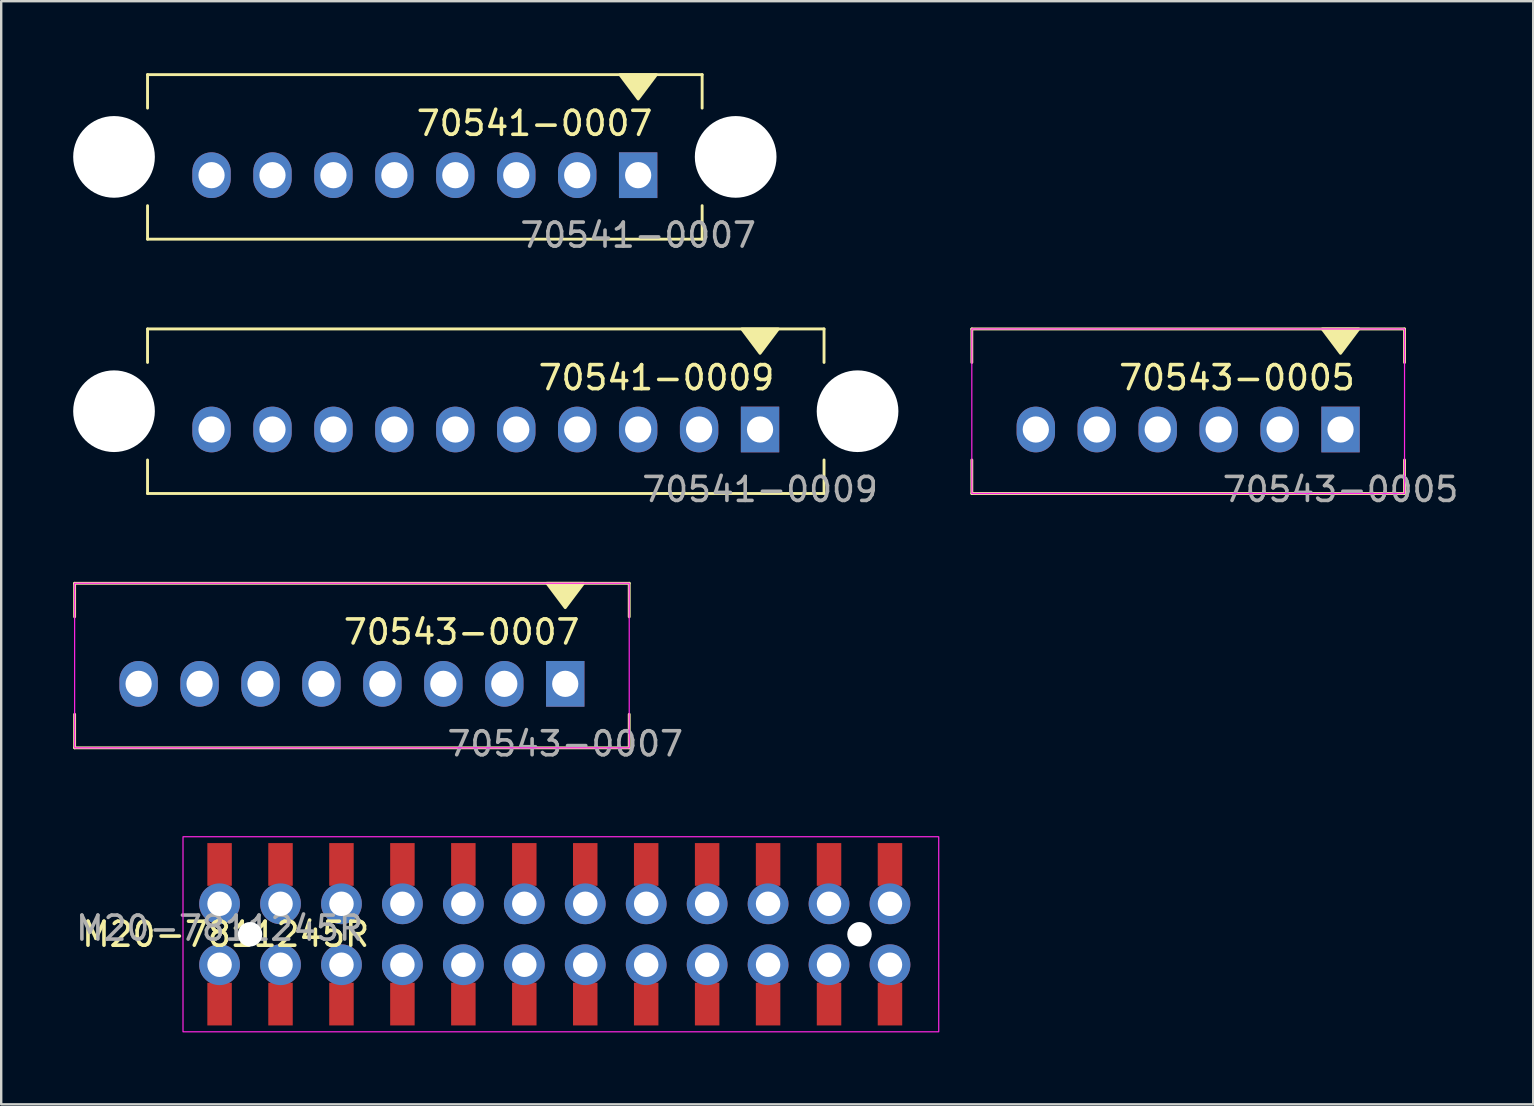
<source format=kicad_pcb>
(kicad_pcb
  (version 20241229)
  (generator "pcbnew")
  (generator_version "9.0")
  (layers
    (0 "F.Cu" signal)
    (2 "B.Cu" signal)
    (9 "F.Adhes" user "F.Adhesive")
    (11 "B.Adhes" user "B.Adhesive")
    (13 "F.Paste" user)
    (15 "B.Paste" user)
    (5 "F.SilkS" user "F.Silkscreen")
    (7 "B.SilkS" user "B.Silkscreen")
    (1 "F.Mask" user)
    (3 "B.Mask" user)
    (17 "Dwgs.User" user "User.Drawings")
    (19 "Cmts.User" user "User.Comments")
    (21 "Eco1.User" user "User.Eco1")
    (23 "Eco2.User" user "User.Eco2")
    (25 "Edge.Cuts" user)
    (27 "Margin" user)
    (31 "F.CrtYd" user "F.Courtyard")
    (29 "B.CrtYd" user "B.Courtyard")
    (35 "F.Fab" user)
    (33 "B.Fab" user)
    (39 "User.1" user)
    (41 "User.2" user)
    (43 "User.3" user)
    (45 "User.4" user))
  (footprint "70543-0005"
    (layer "F.Cu")
    (at 52.819 14.85)
    (property "Reference" "70543-0005" (at -4.318 -2.159 0) (unlocked yes) (layer "F.SilkS") (effects (font (size 1 1) (thickness 0.15))))
    (attr through_hole)
    (fp_line (start -15.367 -4.191) (end 2.667 -4.191) (stroke (width 0.12) (type solid)) (layer "F.SilkS"))
    (fp_line (start -15.367 -2.794) (end -15.367 -4.191) (stroke (width 0.12) (type solid)) (layer "F.SilkS"))
    (fp_line (start -15.367 2.667) (end -15.367 1.27) (stroke (width 0.12) (type solid)) (layer "F.SilkS"))
    (fp_line (start -15.367 2.667) (end 2.667 2.667) (stroke (width 0.12) (type solid)) (layer "F.SilkS"))
    (fp_line (start 2.667 -2.794) (end 2.667 -4.191) (stroke (width 0.12) (type solid)) (layer "F.SilkS"))
    (fp_line (start 2.667 2.667) (end 2.667 1.27) (stroke (width 0.12) (type solid)) (layer "F.SilkS"))
    (fp_poly (pts (xy 0 -3.175) (xy -0.762 -4.191) (xy 0.762 -4.191)) (stroke (width 0.12) (type solid)) (fill yes) (layer "F.SilkS"))
    (fp_rect (start -15.367 -4.191) (end 2.667 2.667) (stroke (width 0.05) (type solid)) (fill no) (layer "F.CrtYd"))
    (fp_text user "${REFERENCE}" (at 0 2.5 0) (unlocked yes) (layer "F.Fab") (effects (font (size 1 1) (thickness 0.15))))
    (pad "1" thru_hole rect (at 0 0) (size 1.6 1.905) (drill 1.092) (layers "*.Cu" "*.Mask"))
    (pad "2" thru_hole oval (at -2.54 0) (size 1.6 1.905) (drill 1.092) (layers "*.Cu" "*.Mask"))
    (pad "3" thru_hole oval (at -5.08 0) (size 1.6 1.905) (drill 1.092) (layers "*.Cu" "*.Mask"))
    (pad "4" thru_hole oval (at -7.62 0) (size 1.6 1.905) (drill 1.092) (layers "*.Cu" "*.Mask"))
    (pad "5" thru_hole oval (at -10.16 0) (size 1.6 1.905) (drill 1.092) (layers "*.Cu" "*.Mask"))
    (pad "6" thru_hole oval (at -12.7 0) (size 1.6 1.905) (drill 1.092) (layers "*.Cu" "*.Mask")))
  (footprint "70541-0007"
    (layer "F.Cu")
    (at 23.546 4.251)
    (property "Reference" "70541-0007" (at -4.318 -2.159 0) (unlocked yes) (layer "F.SilkS") (effects (font (size 1 1) (thickness 0.15))))
    (attr through_hole)
    (fp_line (start -20.447 -4.191) (end 2.667 -4.191) (stroke (width 0.12) (type solid)) (layer "F.SilkS"))
    (fp_line (start -20.447 -2.794) (end -20.447 -4.191) (stroke (width 0.12) (type solid)) (layer "F.SilkS"))
    (fp_line (start -20.447 2.667) (end -20.447 1.27) (stroke (width 0.12) (type solid)) (layer "F.SilkS"))
    (fp_line (start -20.447 2.667) (end 2.667 2.667) (stroke (width 0.12) (type solid)) (layer "F.SilkS"))
    (fp_line (start 2.667 -2.794) (end 2.667 -4.191) (stroke (width 0.12) (type solid)) (layer "F.SilkS"))
    (fp_line (start 2.667 2.667) (end 2.667 1.27) (stroke (width 0.12) (type solid)) (layer "F.SilkS"))
    (fp_poly (pts (xy 0 -3.175) (xy -0.762 -4.191) (xy 0.762 -4.191)) (stroke (width 0.12) (type solid)) (fill yes) (layer "F.SilkS"))
    (fp_text user "${REFERENCE}" (at 0 2.5 0) (unlocked yes) (layer "F.Fab") (effects (font (size 1 1) (thickness 0.15))))
    (pad "" np_thru_hole circle (at -21.844 -0.762) (size 3.404 3.404) (drill 3.404) (layers "*.Cu" "*.Mask"))
    (pad "" np_thru_hole circle (at 4.064 -0.762) (size 3.404 3.404) (drill 3.404) (layers "*.Cu" "*.Mask"))
    (pad "1" thru_hole rect (at 0 0) (size 1.6 1.905) (drill 1.092) (layers "*.Cu" "*.Mask"))
    (pad "2" thru_hole oval (at -2.54 0) (size 1.6 1.905) (drill 1.092) (layers "*.Cu" "*.Mask"))
    (pad "3" thru_hole oval (at -5.08 0) (size 1.6 1.905) (drill 1.092) (layers "*.Cu" "*.Mask"))
    (pad "4" thru_hole oval (at -7.62 0) (size 1.6 1.905) (drill 1.092) (layers "*.Cu" "*.Mask"))
    (pad "5" thru_hole oval (at -10.16 0) (size 1.6 1.905) (drill 1.092) (layers "*.Cu" "*.Mask"))
    (pad "6" thru_hole oval (at -12.7 0) (size 1.6 1.905) (drill 1.092) (layers "*.Cu" "*.Mask"))
    (pad "7" thru_hole oval (at -15.24 0) (size 1.6 1.905) (drill 1.092) (layers "*.Cu" "*.Mask"))
    (pad "8" thru_hole oval (at -17.78 0) (size 1.6 1.905) (drill 1.092) (layers "*.Cu" "*.Mask")))
  (footprint "70541-0009"
    (layer "F.Cu")
    (at 28.626 14.85)
    (property "Reference" "70541-0009" (at -4.318 -2.159 0) (unlocked yes) (layer "F.SilkS") (effects (font (size 1 1) (thickness 0.15))))
    (attr through_hole)
    (fp_line (start -25.527 -4.191) (end 2.667 -4.191) (stroke (width 0.12) (type solid)) (layer "F.SilkS"))
    (fp_line (start -25.527 -2.794) (end -25.527 -4.191) (stroke (width 0.12) (type solid)) (layer "F.SilkS"))
    (fp_line (start -25.527 2.667) (end -25.527 1.27) (stroke (width 0.12) (type solid)) (layer "F.SilkS"))
    (fp_line (start -25.527 2.667) (end 2.667 2.667) (stroke (width 0.12) (type solid)) (layer "F.SilkS"))
    (fp_line (start 2.667 -2.794) (end 2.667 -4.191) (stroke (width 0.12) (type solid)) (layer "F.SilkS"))
    (fp_line (start 2.667 2.667) (end 2.667 1.27) (stroke (width 0.12) (type solid)) (layer "F.SilkS"))
    (fp_poly (pts (xy 0 -3.175) (xy -0.762 -4.191) (xy 0.762 -4.191)) (stroke (width 0.12) (type solid)) (fill yes) (layer "F.SilkS"))
    (fp_text user "${REFERENCE}" (at 0 2.5 0) (unlocked yes) (layer "F.Fab") (effects (font (size 1 1) (thickness 0.15))))
    (pad "" np_thru_hole circle (at -26.924 -0.762) (size 3.404 3.404) (drill 3.404) (layers "*.Cu" "*.Mask"))
    (pad "" np_thru_hole circle (at 4.064 -0.762) (size 3.404 3.404) (drill 3.404) (layers "*.Cu" "*.Mask"))
    (pad "1" thru_hole rect (at 0 0) (size 1.6 1.905) (drill 1.092) (layers "*.Cu" "*.Mask"))
    (pad "2" thru_hole oval (at -2.54 0) (size 1.6 1.905) (drill 1.092) (layers "*.Cu" "*.Mask"))
    (pad "3" thru_hole oval (at -5.08 0) (size 1.6 1.905) (drill 1.092) (layers "*.Cu" "*.Mask"))
    (pad "4" thru_hole oval (at -7.62 0) (size 1.6 1.905) (drill 1.092) (layers "*.Cu" "*.Mask"))
    (pad "5" thru_hole oval (at -10.16 0) (size 1.6 1.905) (drill 1.092) (layers "*.Cu" "*.Mask"))
    (pad "6" thru_hole oval (at -12.7 0) (size 1.6 1.905) (drill 1.092) (layers "*.Cu" "*.Mask"))
    (pad "7" thru_hole oval (at -15.24 0) (size 1.6 1.905) (drill 1.092) (layers "*.Cu" "*.Mask"))
    (pad "8" thru_hole oval (at -17.78 0) (size 1.6 1.905) (drill 1.092) (layers "*.Cu" "*.Mask"))
    (pad "9" thru_hole oval (at -20.32 0) (size 1.6 1.905) (drill 1.092) (layers "*.Cu" "*.Mask"))
    (pad "10" thru_hole oval (at -22.86 0) (size 1.6 1.905) (drill 1.092) (layers "*.Cu" "*.Mask")))
  (footprint "70543-0007"
    (layer "F.Cu")
    (at 20.507 25.45)
    (property "Reference" "70543-0007" (at -4.318 -2.159 0) (unlocked yes) (layer "F.SilkS") (effects (font (size 1 1) (thickness 0.15))))
    (attr through_hole)
    (fp_line (start -20.447 -4.191) (end 2.667 -4.191) (stroke (width 0.12) (type solid)) (layer "F.SilkS"))
    (fp_line (start -20.447 -2.794) (end -20.447 -4.191) (stroke (width 0.12) (type solid)) (layer "F.SilkS"))
    (fp_line (start -20.447 2.667) (end -20.447 1.27) (stroke (width 0.12) (type solid)) (layer "F.SilkS"))
    (fp_line (start -20.447 2.667) (end 2.667 2.667) (stroke (width 0.12) (type solid)) (layer "F.SilkS"))
    (fp_line (start 2.667 -2.794) (end 2.667 -4.191) (stroke (width 0.12) (type solid)) (layer "F.SilkS"))
    (fp_line (start 2.667 2.667) (end 2.667 1.27) (stroke (width 0.12) (type solid)) (layer "F.SilkS"))
    (fp_poly (pts (xy 0 -3.175) (xy -0.762 -4.191) (xy 0.762 -4.191)) (stroke (width 0.12) (type solid)) (fill yes) (layer "F.SilkS"))
    (fp_rect (start -20.447 -4.191) (end 2.667 2.667) (stroke (width 0.05) (type solid)) (fill no) (layer "F.CrtYd"))
    (fp_text user "${REFERENCE}" (at 0 2.5 0) (unlocked yes) (layer "F.Fab") (effects (font (size 1 1) (thickness 0.15))))
    (pad "1" thru_hole rect (at 0 0) (size 1.6 1.905) (drill 1.092) (layers "*.Cu" "*.Mask"))
    (pad "2" thru_hole oval (at -2.54 0) (size 1.6 1.905) (drill 1.092) (layers "*.Cu" "*.Mask"))
    (pad "3" thru_hole oval (at -5.08 0) (size 1.6 1.905) (drill 1.092) (layers "*.Cu" "*.Mask"))
    (pad "4" thru_hole oval (at -7.62 0) (size 1.6 1.905) (drill 1.092) (layers "*.Cu" "*.Mask"))
    (pad "5" thru_hole oval (at -10.16 0) (size 1.6 1.905) (drill 1.092) (layers "*.Cu" "*.Mask"))
    (pad "6" thru_hole oval (at -12.7 0) (size 1.6 1.905) (drill 1.092) (layers "*.Cu" "*.Mask"))
    (pad "7" thru_hole oval (at -15.24 0) (size 1.6 1.905) (drill 1.092) (layers "*.Cu" "*.Mask"))
    (pad "8" thru_hole oval (at -17.78 0) (size 1.6 1.905) (drill 1.092) (layers "*.Cu" "*.Mask")))
  (footprint "M20-7811245R"
    (layer "F.Cu")
    (at 6.101 35.887)
    (property "Reference" "M20-7811245R" (at 0.254 0 0) (unlocked yes) (layer "F.SilkS") (effects (font (size 1 1) (thickness 0.15))))
    (attr smd)
    (fp_rect (start -1.524 -4.064) (end 29.972 4.064) (stroke (width 0.05) (type solid)) (fill no) (layer "F.CrtYd"))
    (fp_text user "${REFERENCE}" (at 0 -0.254 0) (unlocked yes) (layer "F.Fab") (effects (font (size 1 1) (thickness 0.15))))
    (pad "" np_thru_hole circle (at 1.27 0) (size 1.02 1.02) (drill 1.8) (layers "*.Cu" "*.Mask"))
    (pad "" np_thru_hole circle (at 26.67 0) (size 1.02 1.02) (drill 1.8) (layers "*.Cu" "*.Mask"))
    (pad "1" thru_hole circle (at 0 1.27) (size 1.7 1.7) (drill 1.02) (layers "*.Cu" "*.Mask"))
    (pad "1" smd rect (at 0 2.91) (size 1.02 1.78) (layers "F.Cu" "F.Mask" "F.Paste"))
    (pad "2" smd rect (at 0 -2.91) (size 1.02 1.78) (layers "F.Cu" "F.Mask" "F.Paste"))
    (pad "2" thru_hole circle (at 0 -1.27) (size 1.7 1.7) (drill 1.02) (layers "*.Cu" "*.Mask"))
    (pad "3" thru_hole circle (at 2.54 1.27) (size 1.7 1.7) (drill 1.02) (layers "*.Cu" "*.Mask"))
    (pad "3" smd rect (at 2.54 2.91) (size 1.02 1.78) (layers "F.Cu" "F.Mask" "F.Paste"))
    (pad "4" smd rect (at 2.54 -2.91) (size 1.02 1.78) (layers "F.Cu" "F.Mask" "F.Paste"))
    (pad "4" thru_hole circle (at 2.54 -1.27) (size 1.7 1.7) (drill 1.02) (layers "*.Cu" "*.Mask"))
    (pad "5" thru_hole circle (at 5.08 1.27) (size 1.7 1.7) (drill 1.02) (layers "*.Cu" "*.Mask"))
    (pad "5" smd rect (at 5.08 2.91) (size 1.02 1.78) (layers "F.Cu" "F.Mask" "F.Paste"))
    (pad "6" smd rect (at 5.08 -2.91) (size 1.02 1.78) (layers "F.Cu" "F.Mask" "F.Paste"))
    (pad "6" thru_hole circle (at 5.08 -1.27) (size 1.7 1.7) (drill 1.02) (layers "*.Cu" "*.Mask"))
    (pad "7" thru_hole circle (at 7.62 1.27) (size 1.7 1.7) (drill 1.02) (layers "*.Cu" "*.Mask"))
    (pad "7" smd rect (at 7.62 2.91) (size 1.02 1.78) (layers "F.Cu" "F.Mask" "F.Paste"))
    (pad "8" smd rect (at 7.62 -2.91) (size 1.02 1.78) (layers "F.Cu" "F.Mask" "F.Paste"))
    (pad "8" thru_hole circle (at 7.62 -1.27) (size 1.7 1.7) (drill 1.02) (layers "*.Cu" "*.Mask"))
    (pad "9" thru_hole circle (at 10.16 1.27) (size 1.7 1.7) (drill 1.02) (layers "*.Cu" "*.Mask"))
    (pad "9" smd rect (at 10.16 2.91) (size 1.02 1.78) (layers "F.Cu" "F.Mask" "F.Paste"))
    (pad "10" smd rect (at 10.16 -2.91) (size 1.02 1.78) (layers "F.Cu" "F.Mask" "F.Paste"))
    (pad "10" thru_hole circle (at 10.16 -1.27) (size 1.7 1.7) (drill 1.02) (layers "*.Cu" "*.Mask"))
    (pad "11" thru_hole circle (at 12.7 1.27) (size 1.7 1.7) (drill 1.02) (layers "*.Cu" "*.Mask"))
    (pad "11" smd rect (at 12.7 2.91) (size 1.02 1.78) (layers "F.Cu" "F.Mask" "F.Paste"))
    (pad "12" smd rect (at 12.7 -2.91) (size 1.02 1.78) (layers "F.Cu" "F.Mask" "F.Paste"))
    (pad "12" thru_hole circle (at 12.7 -1.27) (size 1.7 1.7) (drill 1.02) (layers "*.Cu" "*.Mask"))
    (pad "13" thru_hole circle (at 15.24 1.27) (size 1.7 1.7) (drill 1.02) (layers "*.Cu" "*.Mask"))
    (pad "13" smd rect (at 15.24 2.91) (size 1.02 1.78) (layers "F.Cu" "F.Mask" "F.Paste"))
    (pad "14" smd rect (at 15.24 -2.91) (size 1.02 1.78) (layers "F.Cu" "F.Mask" "F.Paste"))
    (pad "14" thru_hole circle (at 15.24 -1.27) (size 1.7 1.7) (drill 1.02) (layers "*.Cu" "*.Mask"))
    (pad "15" thru_hole circle (at 17.78 1.27) (size 1.7 1.7) (drill 1.02) (layers "*.Cu" "*.Mask"))
    (pad "15" smd rect (at 17.78 2.91) (size 1.02 1.78) (layers "F.Cu" "F.Mask" "F.Paste"))
    (pad "16" smd rect (at 17.78 -2.91) (size 1.02 1.78) (layers "F.Cu" "F.Mask" "F.Paste"))
    (pad "16" thru_hole circle (at 17.78 -1.27) (size 1.7 1.7) (drill 1.02) (layers "*.Cu" "*.Mask"))
    (pad "17" thru_hole circle (at 20.32 1.27) (size 1.7 1.7) (drill 1.02) (layers "*.Cu" "*.Mask"))
    (pad "17" smd rect (at 20.32 2.91) (size 1.02 1.78) (layers "F.Cu" "F.Mask" "F.Paste"))
    (pad "18" smd rect (at 20.32 -2.91) (size 1.02 1.78) (layers "F.Cu" "F.Mask" "F.Paste"))
    (pad "18" thru_hole circle (at 20.32 -1.27) (size 1.7 1.7) (drill 1.02) (layers "*.Cu" "*.Mask"))
    (pad "19" thru_hole circle (at 22.86 1.27) (size 1.7 1.7) (drill 1.02) (layers "*.Cu" "*.Mask"))
    (pad "19" smd rect (at 22.86 2.91) (size 1.02 1.78) (layers "F.Cu" "F.Mask" "F.Paste"))
    (pad "20" smd rect (at 22.86 -2.91) (size 1.02 1.78) (layers "F.Cu" "F.Mask" "F.Paste"))
    (pad "20" thru_hole circle (at 22.86 -1.27) (size 1.7 1.7) (drill 1.02) (layers "*.Cu" "*.Mask"))
    (pad "21" thru_hole circle (at 25.4 1.27) (size 1.7 1.7) (drill 1.02) (layers "*.Cu" "*.Mask"))
    (pad "21" smd rect (at 25.4 2.91) (size 1.02 1.78) (layers "F.Cu" "F.Mask" "F.Paste"))
    (pad "22" smd rect (at 25.4 -2.91) (size 1.02 1.78) (layers "F.Cu" "F.Mask" "F.Paste"))
    (pad "22" thru_hole circle (at 25.4 -1.27) (size 1.7 1.7) (drill 1.02) (layers "*.Cu" "*.Mask"))
    (pad "23" thru_hole circle (at 27.94 1.27) (size 1.7 1.7) (drill 1.02) (layers "*.Cu" "*.Mask"))
    (pad "23" smd rect (at 27.94 2.91) (size 1.02 1.78) (layers "F.Cu" "F.Mask" "F.Paste"))
    (pad "24" smd rect (at 27.94 -2.91) (size 1.02 1.78) (layers "F.Cu" "F.Mask" "F.Paste"))
    (pad "24" thru_hole circle (at 27.94 -1.27) (size 1.7 1.7) (drill 1.02) (layers "*.Cu" "*.Mask")))
  (gr_rect
    (start -3 -3)
    (end 60.848 42.976)
    (stroke (width 0.1) (type default))
    (fill no)
    (layer "Edge.Cuts")))
</source>
